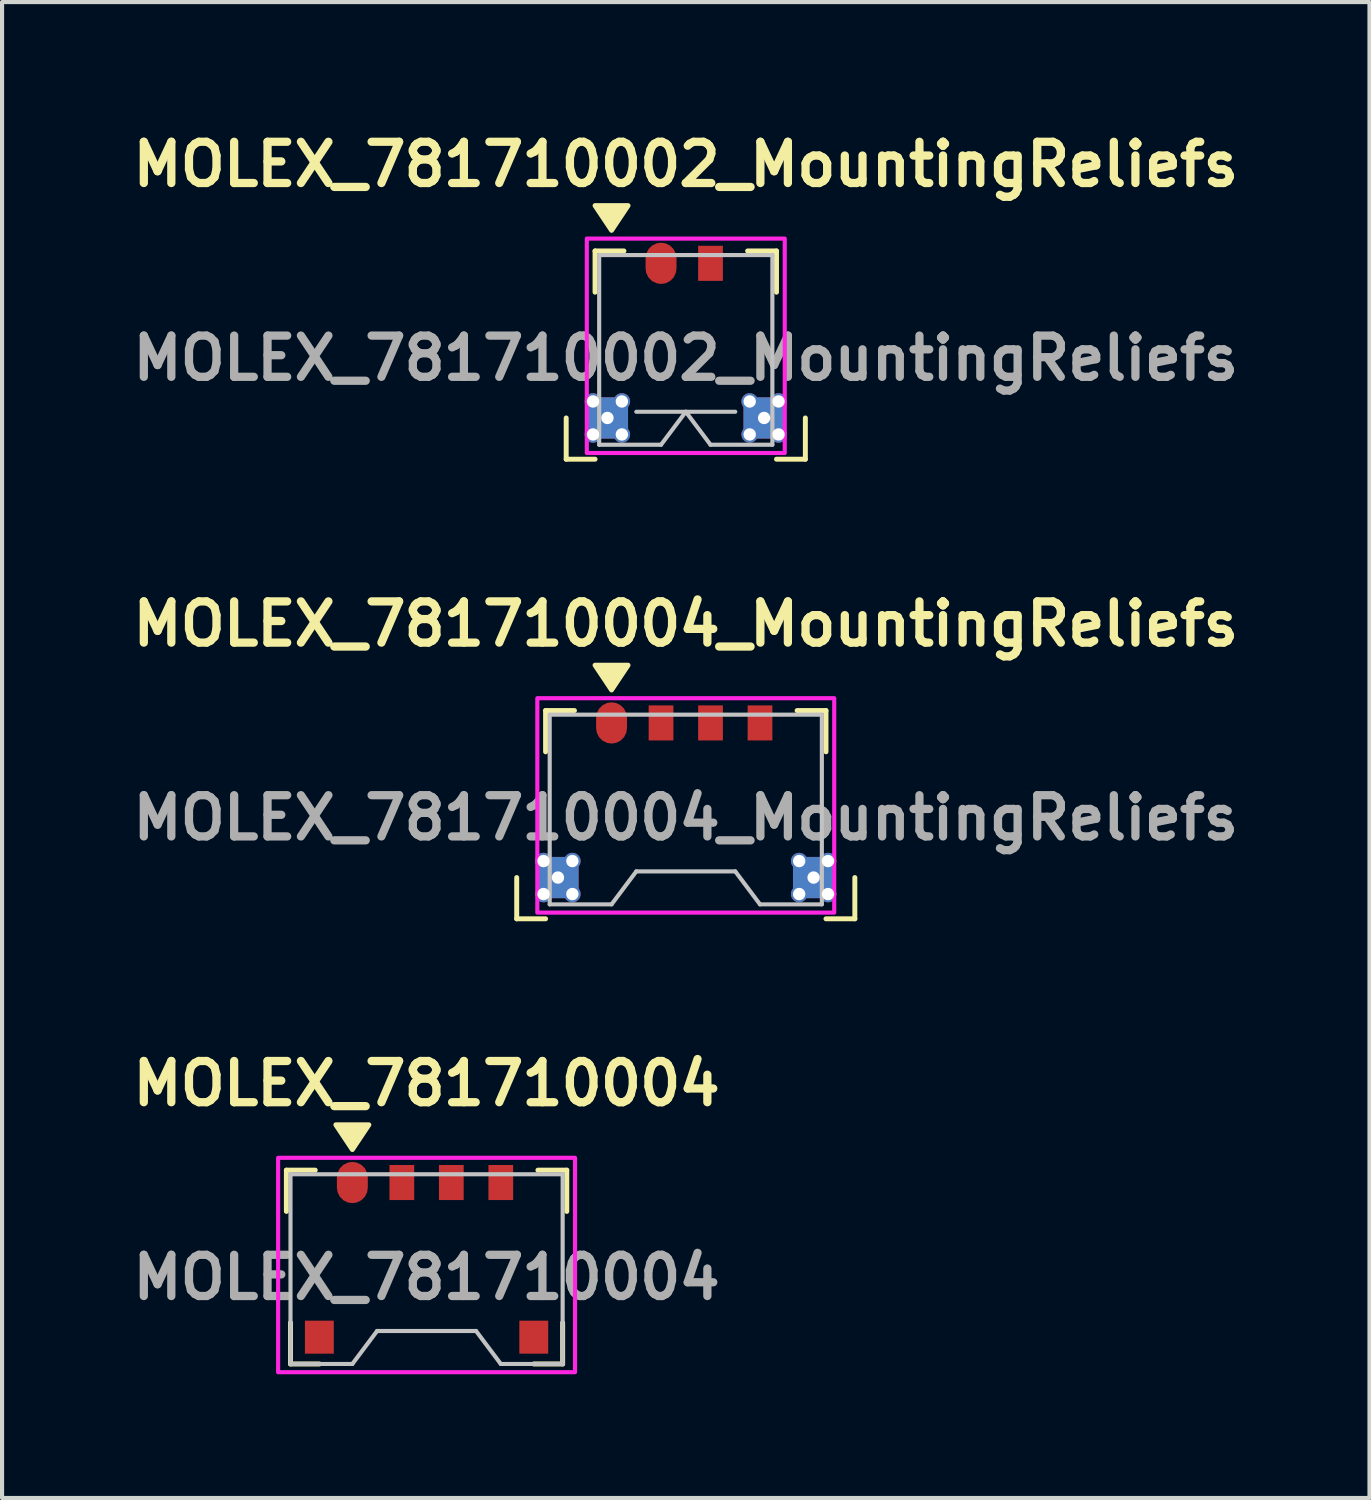
<source format=kicad_pcb>
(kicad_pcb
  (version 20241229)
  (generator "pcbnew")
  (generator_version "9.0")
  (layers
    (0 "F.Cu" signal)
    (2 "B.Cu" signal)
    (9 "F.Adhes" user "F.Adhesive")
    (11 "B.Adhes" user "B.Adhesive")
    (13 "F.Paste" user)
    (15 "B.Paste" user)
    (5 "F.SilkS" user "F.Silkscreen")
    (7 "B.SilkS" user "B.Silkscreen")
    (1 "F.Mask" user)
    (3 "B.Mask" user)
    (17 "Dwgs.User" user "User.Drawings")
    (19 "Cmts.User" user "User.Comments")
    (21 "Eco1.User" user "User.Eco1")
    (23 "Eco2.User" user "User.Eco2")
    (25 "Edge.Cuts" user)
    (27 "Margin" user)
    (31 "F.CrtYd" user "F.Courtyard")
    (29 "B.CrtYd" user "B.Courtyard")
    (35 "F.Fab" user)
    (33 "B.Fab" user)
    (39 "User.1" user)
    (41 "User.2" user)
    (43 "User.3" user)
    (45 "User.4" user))
  (footprint "MOLEX_781710002_MountingReliefs"
    (layer "F.Cu")
    (at 13.581 3.336)
    (property "Reference" "MOLEX_781710002_MountingReliefs" (at 0 -2.4 0) (unlocked yes) (layer "F.SilkS") (effects (font (size 1 1) (thickness 0.2))))
    (attr smd)
    (fp_line (start -2.9 4.75) (end -2.9 3.75) (stroke (width 0.12) (type solid)) (layer "F.SilkS"))
    (fp_line (start -2.9 4.75) (end -2.2 4.75) (stroke (width 0.12) (type solid)) (layer "F.SilkS"))
    (fp_line (start -2.2 -0.3) (end -2.2 0.7) (stroke (width 0.12) (type solid)) (layer "F.SilkS"))
    (fp_line (start -2.2 -0.3) (end -1.5 -0.3) (stroke (width 0.12) (type solid)) (layer "F.SilkS"))
    (fp_line (start 1.5 -0.3) (end 2.2 -0.3) (stroke (width 0.12) (type solid)) (layer "F.SilkS"))
    (fp_line (start 2.2 -0.3) (end 2.2 0.7) (stroke (width 0.12) (type solid)) (layer "F.SilkS"))
    (fp_line (start 2.2 4.75) (end 2.9 4.75) (stroke (width 0.12) (type solid)) (layer "F.SilkS"))
    (fp_line (start 2.9 4.75) (end 2.9 3.75) (stroke (width 0.12) (type solid)) (layer "F.SilkS"))
    (fp_poly (pts (xy -1.8 -0.8) (xy -2.2 -1.4) (xy -1.4 -1.4)) (stroke (width 0.12) (type solid)) (fill yes) (layer "F.SilkS"))
    (fp_rect (start -1.25 3.05) (end -2.55 4.45) (stroke (width 0) (type solid)) (fill yes) (layer "F.Paste"))
    (fp_rect (start 2.55 3.05) (end 1.25 4.45) (stroke (width 0) (type solid)) (fill yes) (layer "F.Paste"))
    (fp_line (start -2.1 -0.2) (end -2.1 4.4) (stroke (width 0.1) (type solid)) (layer "Dwgs.User"))
    (fp_line (start -2.1 4.4) (end -0.6 4.4) (stroke (width 0.1) (type solid)) (layer "Dwgs.User"))
    (fp_line (start -1.2 3.6) (end 1.2 3.6) (stroke (width 0.1) (type solid)) (layer "Dwgs.User"))
    (fp_line (start -0.6 4.4) (end 0 3.6) (stroke (width 0.1) (type solid)) (layer "Dwgs.User"))
    (fp_line (start 0.6 4.4) (end 0 3.6) (stroke (width 0.1) (type solid)) (layer "Dwgs.User"))
    (fp_line (start 0.6 4.4) (end 2.1 4.4) (stroke (width 0.1) (type solid)) (layer "Dwgs.User"))
    (fp_line (start 2.1 -0.2) (end -2.1 -0.2) (stroke (width 0.1) (type solid)) (layer "Dwgs.User"))
    (fp_line (start 2.1 4.4) (end 2.1 -0.2) (stroke (width 0.1) (type solid)) (layer "Dwgs.User"))
    (fp_rect (start -2.4 -0.6) (end 2.4 4.6) (stroke (width 0.1) (type solid)) (fill no) (layer "F.CrtYd"))
    (fp_text user "${REFERENCE}" (at 0 2.3 0) (unlocked yes) (layer "F.Fab") (effects (font (size 1 1) (thickness 0.2))))
    (pad "1" smd roundrect (at -0.6 0 90) (size 1 0.75) (layers "F.Cu" "F.Mask" "F.Paste") (roundrect_rratio 0.5))
    (pad "2" smd rect (at 0.6 0 90) (size 0.85 0.6) (layers "F.Cu" "F.Mask" "F.Paste"))
    (pad "MP" thru_hole circle (at -2.25 3.35 90) (size 0.4 0.4) (drill 0.3) (layers "*.Cu" "F.Mask"))
    (pad "MP" thru_hole circle (at -2.25 4.15 90) (size 0.4 0.4) (drill 0.3) (layers "*.Cu" "F.Mask"))
    (pad "MP" thru_hole circle (at -1.9 3.75 90) (size 0.4 0.4) (drill 0.3) (layers "*.Cu" "F.Mask"))
    (pad "MP" smd rect (at -1.9 3.75 90) (size 1 1) (layers "F.Cu" "F.Mask" "F.Paste"))
    (pad "MP" smd rect (at -1.9 3.75 270) (size 1 1) (layers "B.Cu"))
    (pad "MP" thru_hole circle (at -1.55 3.35 90) (size 0.4 0.4) (drill 0.3) (layers "*.Cu" "F.Mask"))
    (pad "MP" thru_hole circle (at -1.55 4.15 90) (size 0.4 0.4) (drill 0.3) (layers "*.Cu" "F.Mask"))
    (pad "MP" thru_hole circle (at 1.55 3.35 90) (size 0.4 0.4) (drill 0.3) (layers "*.Cu" "F.Mask"))
    (pad "MP" thru_hole circle (at 1.55 4.15 90) (size 0.4 0.4) (drill 0.3) (layers "*.Cu" "F.Mask"))
    (pad "MP" thru_hole circle (at 1.9 3.75 90) (size 0.4 0.4) (drill 0.3) (layers "*.Cu" "F.Mask"))
    (pad "MP" smd rect (at 1.9 3.75 90) (size 1 1) (layers "F.Cu" "F.Mask" "F.Paste"))
    (pad "MP" smd rect (at 1.9 3.75 270) (size 1 1) (layers "B.Cu"))
    (pad "MP" thru_hole circle (at 2.25 3.35 90) (size 0.4 0.4) (drill 0.3) (layers "*.Cu" "F.Mask"))
    (pad "MP" thru_hole circle (at 2.25 4.15 90) (size 0.4 0.4) (drill 0.3) (layers "*.Cu" "F.Mask")))
  (footprint "MOLEX_781710004_MountingReliefs"
    (layer "F.Cu")
    (at 13.581 14.482)
    (property "Reference" "MOLEX_781710004_MountingReliefs" (at 0 -2.4 0) (unlocked yes) (layer "F.SilkS") (effects (font (size 1 1) (thickness 0.2))))
    (attr smd)
    (fp_line (start -4.1 4.75) (end -4.1 3.75) (stroke (width 0.12) (type solid)) (layer "F.SilkS"))
    (fp_line (start -4.1 4.75) (end -3.4 4.75) (stroke (width 0.12) (type solid)) (layer "F.SilkS"))
    (fp_line (start -3.4 -0.3) (end -3.4 0.7) (stroke (width 0.12) (type solid)) (layer "F.SilkS"))
    (fp_line (start -3.4 -0.3) (end -2.7 -0.3) (stroke (width 0.12) (type solid)) (layer "F.SilkS"))
    (fp_line (start 2.7 -0.3) (end 3.4 -0.3) (stroke (width 0.12) (type solid)) (layer "F.SilkS"))
    (fp_line (start 3.4 -0.3) (end 3.4 0.7) (stroke (width 0.12) (type solid)) (layer "F.SilkS"))
    (fp_line (start 3.4 4.75) (end 4.1 4.75) (stroke (width 0.12) (type solid)) (layer "F.SilkS"))
    (fp_line (start 4.1 4.75) (end 4.1 3.75) (stroke (width 0.12) (type solid)) (layer "F.SilkS"))
    (fp_poly (pts (xy -1.8 -0.8) (xy -2.2 -1.4) (xy -1.4 -1.4)) (stroke (width 0.12) (type solid)) (fill yes) (layer "F.SilkS"))
    (fp_rect (start -2.45 3.05) (end -3.75 4.45) (stroke (width 0) (type solid)) (fill yes) (layer "F.Paste"))
    (fp_rect (start 3.75 3.05) (end 2.45 4.45) (stroke (width 0) (type solid)) (fill yes) (layer "F.Paste"))
    (fp_line (start -3.3 -0.2) (end -3.3 4.4) (stroke (width 0.1) (type solid)) (layer "Dwgs.User"))
    (fp_line (start -3.3 4.4) (end -1.8 4.4) (stroke (width 0.1) (type solid)) (layer "Dwgs.User"))
    (fp_line (start -1.8 4.4) (end -1.2 3.6) (stroke (width 0.1) (type solid)) (layer "Dwgs.User"))
    (fp_line (start -1.2 3.6) (end 1.2 3.6) (stroke (width 0.1) (type solid)) (layer "Dwgs.User"))
    (fp_line (start 1.8 4.4) (end 1.2 3.6) (stroke (width 0.1) (type solid)) (layer "Dwgs.User"))
    (fp_line (start 1.8 4.4) (end 3.3 4.4) (stroke (width 0.1) (type solid)) (layer "Dwgs.User"))
    (fp_line (start 3.3 -0.2) (end -3.3 -0.2) (stroke (width 0.1) (type solid)) (layer "Dwgs.User"))
    (fp_line (start 3.3 4.4) (end 3.3 -0.2) (stroke (width 0.1) (type solid)) (layer "Dwgs.User"))
    (fp_rect (start -3.6 -0.6) (end 3.6 4.6) (stroke (width 0.1) (type solid)) (fill no) (layer "F.CrtYd"))
    (fp_text user "${REFERENCE}" (at 0 2.3 0) (unlocked yes) (layer "F.Fab") (effects (font (size 1 1) (thickness 0.2))))
    (pad "1" smd roundrect (at -1.8 0 90) (size 1 0.75) (layers "F.Cu" "F.Mask" "F.Paste") (roundrect_rratio 0.5))
    (pad "2" smd rect (at -0.6 0 90) (size 0.85 0.6) (layers "F.Cu" "F.Mask" "F.Paste"))
    (pad "3" smd rect (at 0.6 0 90) (size 0.85 0.6) (layers "F.Cu" "F.Mask" "F.Paste"))
    (pad "4" smd rect (at 1.8 0 90) (size 0.85 0.6) (layers "F.Cu" "F.Mask" "F.Paste"))
    (pad "MP" thru_hole circle (at -3.45 3.35 90) (size 0.4 0.4) (drill 0.3) (layers "*.Cu" "F.Mask"))
    (pad "MP" thru_hole circle (at -3.45 4.15 90) (size 0.4 0.4) (drill 0.3) (layers "*.Cu" "F.Mask"))
    (pad "MP" thru_hole circle (at -3.1 3.75 90) (size 0.4 0.4) (drill 0.3) (layers "*.Cu" "F.Mask"))
    (pad "MP" smd rect (at -3.1 3.75 90) (size 1 1) (layers "F.Cu" "F.Mask" "F.Paste"))
    (pad "MP" smd rect (at -3.1 3.75 270) (size 1 1) (layers "B.Cu"))
    (pad "MP" thru_hole circle (at -2.75 3.35 90) (size 0.4 0.4) (drill 0.3) (layers "*.Cu" "F.Mask"))
    (pad "MP" thru_hole circle (at -2.75 4.15 90) (size 0.4 0.4) (drill 0.3) (layers "*.Cu" "F.Mask"))
    (pad "MP" thru_hole circle (at 2.75 3.35 90) (size 0.4 0.4) (drill 0.3) (layers "*.Cu" "F.Mask"))
    (pad "MP" thru_hole circle (at 2.75 4.15 90) (size 0.4 0.4) (drill 0.3) (layers "*.Cu" "F.Mask"))
    (pad "MP" thru_hole circle (at 3.1 3.75 90) (size 0.4 0.4) (drill 0.3) (layers "*.Cu" "F.Mask"))
    (pad "MP" smd rect (at 3.1 3.75 90) (size 1 1) (layers "F.Cu" "F.Mask" "F.Paste"))
    (pad "MP" smd rect (at 3.1 3.75 270) (size 1 1) (layers "B.Cu"))
    (pad "MP" thru_hole circle (at 3.45 3.35 90) (size 0.4 0.4) (drill 0.3) (layers "*.Cu" "F.Mask"))
    (pad "MP" thru_hole circle (at 3.45 4.15 90) (size 0.4 0.4) (drill 0.3) (layers "*.Cu" "F.Mask")))
  (footprint "MOLEX_781710004"
    (layer "F.Cu")
    (at 7.295 25.628)
    (property "Reference" "MOLEX_781710004" (at 0 -2.4 0) (unlocked yes) (layer "F.SilkS") (effects (font (size 1 1) (thickness 0.2))))
    (attr smd)
    (fp_line (start -3.4 -0.3) (end -3.4 0.7) (stroke (width 0.12) (type solid)) (layer "F.SilkS"))
    (fp_line (start -3.4 -0.3) (end -2.7 -0.3) (stroke (width 0.12) (type solid)) (layer "F.SilkS"))
    (fp_line (start -3.3 4.4) (end -3.3 3.4) (stroke (width 0.12) (type solid)) (layer "F.SilkS"))
    (fp_line (start -3.3 4.4) (end -2.6 4.4) (stroke (width 0.12) (type solid)) (layer "F.SilkS"))
    (fp_line (start 2.6 4.4) (end 3.3 4.4) (stroke (width 0.12) (type solid)) (layer "F.SilkS"))
    (fp_line (start 2.7 -0.3) (end 3.4 -0.3) (stroke (width 0.12) (type solid)) (layer "F.SilkS"))
    (fp_line (start 3.3 4.4) (end 3.3 3.4) (stroke (width 0.12) (type solid)) (layer "F.SilkS"))
    (fp_line (start 3.4 -0.3) (end 3.4 0.7) (stroke (width 0.12) (type solid)) (layer "F.SilkS"))
    (fp_poly (pts (xy -1.8 -0.8) (xy -2.2 -1.4) (xy -1.4 -1.4)) (stroke (width 0.12) (type solid)) (fill yes) (layer "F.SilkS"))
    (fp_line (start -3.3 -0.2) (end -3.3 4.4) (stroke (width 0.1) (type solid)) (layer "Dwgs.User"))
    (fp_line (start -3.3 4.4) (end -1.8 4.4) (stroke (width 0.1) (type solid)) (layer "Dwgs.User"))
    (fp_line (start -1.8 4.4) (end -1.2 3.6) (stroke (width 0.1) (type solid)) (layer "Dwgs.User"))
    (fp_line (start -1.2 3.6) (end 1.2 3.6) (stroke (width 0.1) (type solid)) (layer "Dwgs.User"))
    (fp_line (start 1.8 4.4) (end 1.2 3.6) (stroke (width 0.1) (type solid)) (layer "Dwgs.User"))
    (fp_line (start 1.8 4.4) (end 3.3 4.4) (stroke (width 0.1) (type solid)) (layer "Dwgs.User"))
    (fp_line (start 3.3 -0.2) (end -3.3 -0.2) (stroke (width 0.1) (type solid)) (layer "Dwgs.User"))
    (fp_line (start 3.3 4.4) (end 3.3 -0.2) (stroke (width 0.1) (type solid)) (layer "Dwgs.User"))
    (fp_rect (start -3.6 -0.6) (end 3.6 4.6) (stroke (width 0.1) (type solid)) (fill no) (layer "F.CrtYd"))
    (fp_text user "${REFERENCE}" (at 0 2.3 0) (unlocked yes) (layer "F.Fab") (effects (font (size 1 1) (thickness 0.2))))
    (pad "1" smd roundrect (at -1.8 0 90) (size 1 0.75) (layers "F.Cu" "F.Mask" "F.Paste") (roundrect_rratio 0.5))
    (pad "2" smd rect (at -0.6 0 90) (size 0.85 0.6) (layers "F.Cu" "F.Mask" "F.Paste"))
    (pad "3" smd rect (at 0.6 0 90) (size 0.85 0.6) (layers "F.Cu" "F.Mask" "F.Paste"))
    (pad "4" smd rect (at 1.8 0 90) (size 0.85 0.6) (layers "F.Cu" "F.Mask" "F.Paste"))
    (pad "MP" smd rect (at -2.6 3.75 90) (size 0.8 0.7) (layers "F.Cu" "F.Mask" "F.Paste"))
    (pad "MP" smd rect (at 2.6 3.75 90) (size 0.8 0.7) (layers "F.Cu" "F.Mask" "F.Paste")))
  (gr_rect
    (start -3 -3)
    (end 30.162 33.278)
    (stroke (width 0.1) (type default))
    (fill no)
    (layer "Edge.Cuts")))
</source>
